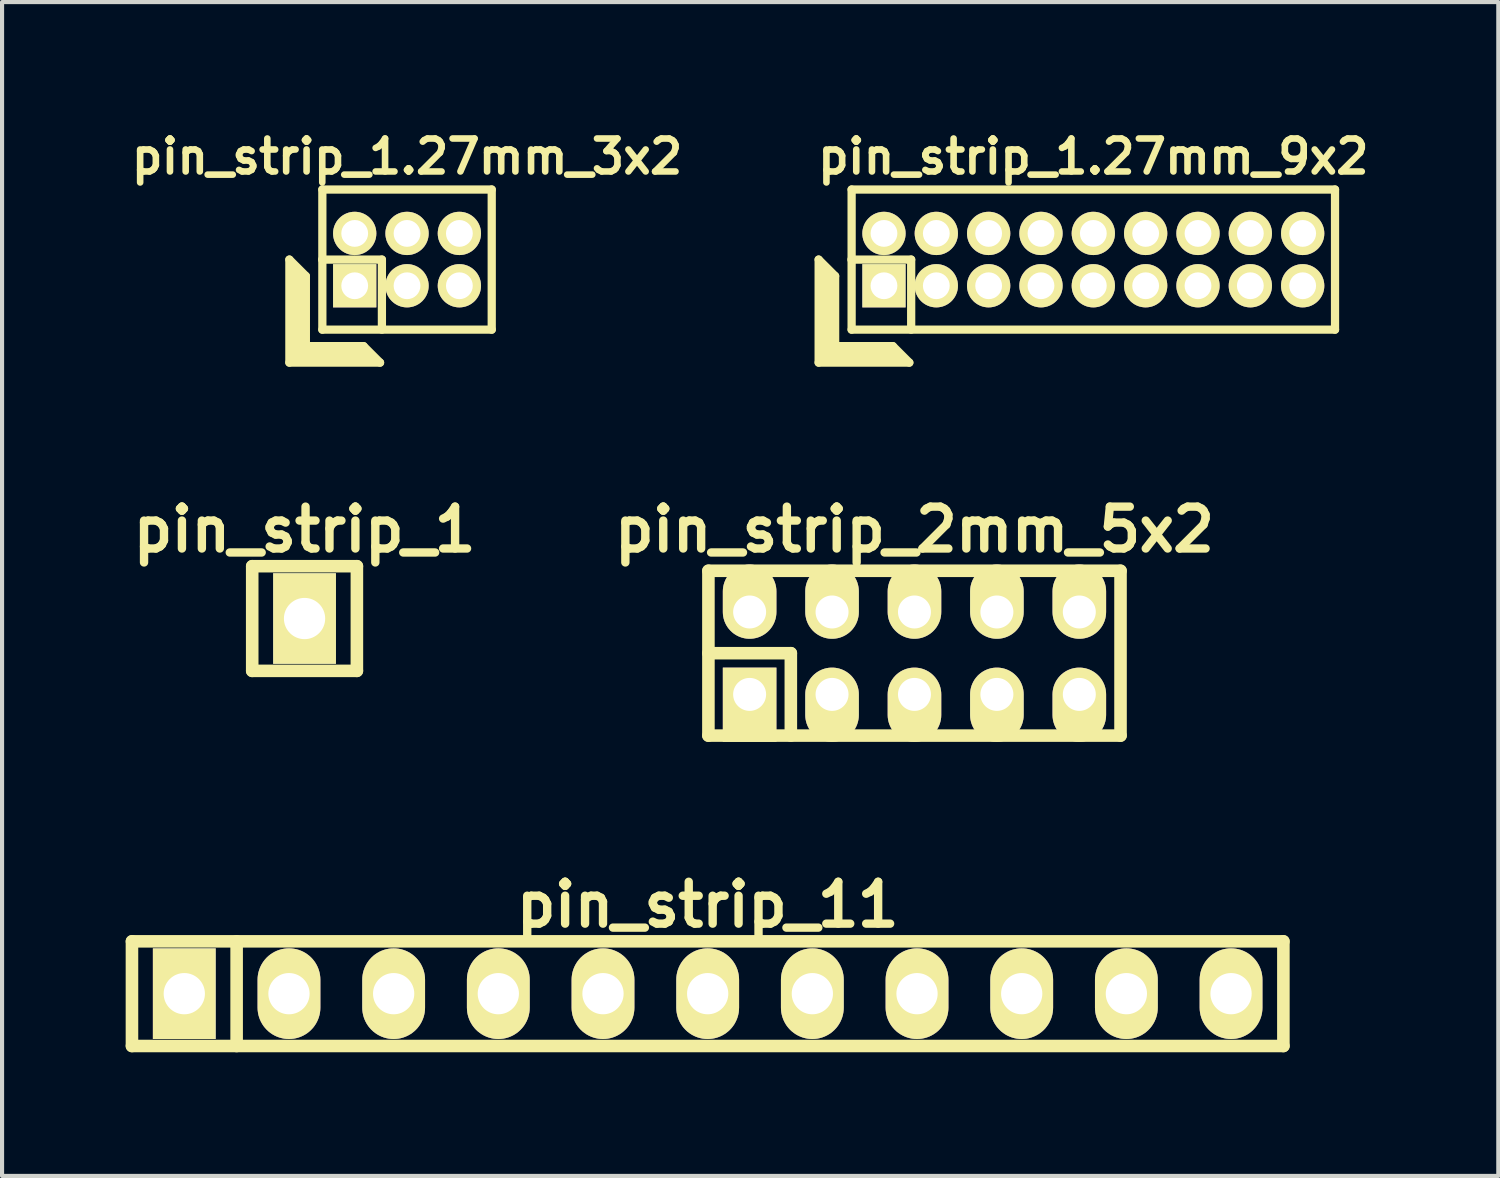
<source format=kicad_pcb>
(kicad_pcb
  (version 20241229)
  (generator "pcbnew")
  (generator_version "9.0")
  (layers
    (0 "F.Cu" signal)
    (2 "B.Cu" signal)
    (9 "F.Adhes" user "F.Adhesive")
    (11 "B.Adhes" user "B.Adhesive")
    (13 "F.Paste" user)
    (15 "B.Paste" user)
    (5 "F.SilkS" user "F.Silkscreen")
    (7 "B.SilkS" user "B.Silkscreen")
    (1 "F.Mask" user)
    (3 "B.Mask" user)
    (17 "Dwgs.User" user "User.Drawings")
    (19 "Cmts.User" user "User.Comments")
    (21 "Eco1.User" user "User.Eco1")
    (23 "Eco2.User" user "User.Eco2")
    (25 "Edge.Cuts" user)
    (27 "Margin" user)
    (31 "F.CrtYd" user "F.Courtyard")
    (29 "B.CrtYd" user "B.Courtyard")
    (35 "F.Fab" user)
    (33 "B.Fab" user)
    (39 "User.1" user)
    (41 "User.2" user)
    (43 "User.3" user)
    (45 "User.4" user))
  (footprint "pin_strip_11"
    (layer "F.Cu")
    (at 14.122 21.062)
    (property "Reference" "pin_strip_11" (at 0 -2.159 0) (layer "F.SilkS") (effects (font (size 1.016 1.016) (thickness 0.203))))
    (attr through_hole)
    (fp_line (start -13.97 -1.27) (end 13.97 -1.27) (stroke (width 0.305) (type solid)) (layer "F.SilkS"))
    (fp_line (start -13.97 1.27) (end -13.97 -1.27) (stroke (width 0.305) (type solid)) (layer "F.SilkS"))
    (fp_line (start -11.43 -1.27) (end -11.43 1.27) (stroke (width 0.305) (type solid)) (layer "F.SilkS"))
    (fp_line (start 13.97 -1.27) (end 13.97 1.27) (stroke (width 0.305) (type solid)) (layer "F.SilkS"))
    (fp_line (start 13.97 1.27) (end -13.97 1.27) (stroke (width 0.305) (type solid)) (layer "F.SilkS"))
    (pad "1" thru_hole rect (at -12.7 0) (size 1.524 2.2) (drill 1.001) (layers "*.Cu" "*.Mask" "F.SilkS"))
    (pad "2" thru_hole oval (at -10.16 0) (size 1.524 2.2) (drill 1.001) (layers "*.Cu" "*.Mask" "F.SilkS"))
    (pad "3" thru_hole oval (at -7.62 0) (size 1.524 2.2) (drill 1.001) (layers "*.Cu" "*.Mask" "F.SilkS"))
    (pad "4" thru_hole oval (at -5.08 0) (size 1.524 2.2) (drill 1.001) (layers "*.Cu" "*.Mask" "F.SilkS"))
    (pad "5" thru_hole oval (at -2.54 0) (size 1.524 2.2) (drill 1.001) (layers "*.Cu" "*.Mask" "F.SilkS"))
    (pad "6" thru_hole oval (at 0 0) (size 1.524 2.2) (drill 1.001) (layers "*.Cu" "*.Mask" "F.SilkS"))
    (pad "7" thru_hole oval (at 2.54 0) (size 1.524 2.2) (drill 1.001) (layers "*.Cu" "*.Mask" "F.SilkS"))
    (pad "8" thru_hole oval (at 5.08 0) (size 1.524 2.2) (drill 1.001) (layers "*.Cu" "*.Mask" "F.SilkS"))
    (pad "9" thru_hole oval (at 7.62 0) (size 1.524 2.2) (drill 1.001) (layers "*.Cu" "*.Mask" "F.SilkS"))
    (pad "10" thru_hole oval (at 10.16 0) (size 1.524 2.2) (drill 1.001) (layers "*.Cu" "*.Mask" "F.SilkS"))
    (pad "11" thru_hole oval (at 12.7 0) (size 1.524 2.2) (drill 1.001) (layers "*.Cu" "*.Mask" "F.SilkS")))
  (footprint "pin_strip_2mm_5x2"
    (layer "F.Cu")
    (at 19.14 12.8)
    (property "Reference" "pin_strip_2mm_5x2" (at 0 -3 0) (layer "F.SilkS") (effects (font (size 1.016 1.016) (thickness 0.203))))
    (attr through_hole)
    (fp_line (start -5 -2) (end 5 -2) (stroke (width 0.305) (type solid)) (layer "F.SilkS"))
    (fp_line (start -5 0) (end -3 0) (stroke (width 0.305) (type solid)) (layer "F.SilkS"))
    (fp_line (start -5 2) (end -5 -2) (stroke (width 0.305) (type solid)) (layer "F.SilkS"))
    (fp_line (start -3 0) (end -3 2) (stroke (width 0.305) (type solid)) (layer "F.SilkS"))
    (fp_line (start 5 -2) (end 5 2) (stroke (width 0.305) (type solid)) (layer "F.SilkS"))
    (fp_line (start 5 2) (end -5 2) (stroke (width 0.305) (type solid)) (layer "F.SilkS"))
    (pad "1" thru_hole rect (at -4 1) (size 1.3 1.8) (drill 0.8 (offset 0 0.25)) (layers "*.Cu" "*.Mask" "F.SilkS"))
    (pad "2" thru_hole oval (at -4 -1) (size 1.3 1.8) (drill 0.8 (offset 0 -0.25)) (layers "*.Cu" "*.Mask" "F.SilkS"))
    (pad "3" thru_hole oval (at -2 1) (size 1.3 1.8) (drill 0.8 (offset 0 0.25)) (layers "*.Cu" "*.Mask" "F.SilkS"))
    (pad "4" thru_hole oval (at -2 -1) (size 1.3 1.8) (drill 0.8 (offset 0 -0.25)) (layers "*.Cu" "*.Mask" "F.SilkS"))
    (pad "5" thru_hole oval (at 0 1) (size 1.3 1.8) (drill 0.8 (offset 0 0.25)) (layers "*.Cu" "*.Mask" "F.SilkS"))
    (pad "6" thru_hole oval (at 0 -1) (size 1.3 1.8) (drill 0.8 (offset 0 -0.25)) (layers "*.Cu" "*.Mask" "F.SilkS"))
    (pad "7" thru_hole oval (at 2 1) (size 1.3 1.8) (drill 0.8 (offset 0 0.25)) (layers "*.Cu" "*.Mask" "F.SilkS"))
    (pad "8" thru_hole oval (at 2 -1) (size 1.3 1.8) (drill 0.8 (offset 0 -0.25)) (layers "*.Cu" "*.Mask" "F.SilkS"))
    (pad "9" thru_hole oval (at 4 1) (size 1.3 1.8) (drill 0.8 (offset 0 0.25)) (layers "*.Cu" "*.Mask" "F.SilkS"))
    (pad "10" thru_hole oval (at 4 -1) (size 1.3 1.8) (drill 0.8 (offset 0 -0.25)) (layers "*.Cu" "*.Mask" "F.SilkS")))
  (footprint "pin_strip_1.27mm_3x2"
    (layer "F.Cu")
    (at 6.827 3.249)
    (property "Reference" "pin_strip_1.27mm_3x2" (at 0 -2.5 0) (layer "F.SilkS") (effects (font (size 0.8 0.8) (thickness 0.16))))
    (attr through_hole)
    (fp_line (start -2.855 0) (end -2.855 2.5) (stroke (width 0.2) (type solid)) (layer "F.SilkS"))
    (fp_line (start -2.855 0) (end -2.455 0.4) (stroke (width 0.2) (type solid)) (layer "F.SilkS"))
    (fp_line (start -2.855 2.5) (end -0.655 2.5) (stroke (width 0.2) (type solid)) (layer "F.SilkS"))
    (fp_line (start -2.755 2.4) (end -2.755 0.2) (stroke (width 0.2) (type solid)) (layer "F.SilkS"))
    (fp_line (start -2.755 2.4) (end -0.855 2.4) (stroke (width 0.2) (type solid)) (layer "F.SilkS"))
    (fp_line (start -2.655 2.3) (end -2.655 0.3) (stroke (width 0.2) (type solid)) (layer "F.SilkS"))
    (fp_line (start -2.655 2.3) (end -0.955 2.3) (stroke (width 0.2) (type solid)) (layer "F.SilkS"))
    (fp_line (start -2.555 2.2) (end -2.555 0.4) (stroke (width 0.2) (type solid)) (layer "F.SilkS"))
    (fp_line (start -2.555 2.2) (end -1.055 2.2) (stroke (width 0.2) (type solid)) (layer "F.SilkS"))
    (fp_line (start -2.455 2.1) (end -2.455 0.4) (stroke (width 0.2) (type solid)) (layer "F.SilkS"))
    (fp_line (start -2.455 2.1) (end -1.055 2.1) (stroke (width 0.2) (type solid)) (layer "F.SilkS"))
    (fp_line (start -2.06 0) (end -0.61 0) (stroke (width 0.2) (type solid)) (layer "F.SilkS"))
    (fp_line (start -2.055 -1.7) (end 2.055 -1.7) (stroke (width 0.2) (type solid)) (layer "F.SilkS"))
    (fp_line (start -2.055 1.7) (end -2.055 -1.7) (stroke (width 0.2) (type solid)) (layer "F.SilkS"))
    (fp_line (start -1.055 2.1) (end -0.655 2.5) (stroke (width 0.2) (type solid)) (layer "F.SilkS"))
    (fp_line (start -0.61 0) (end -0.61 1.7) (stroke (width 0.2) (type solid)) (layer "F.SilkS"))
    (fp_line (start 2.055 -1.7) (end 2.055 1.7) (stroke (width 0.2) (type solid)) (layer "F.SilkS"))
    (fp_line (start 2.055 1.7) (end -2.055 1.7) (stroke (width 0.2) (type solid)) (layer "F.SilkS"))
    (pad "1" thru_hole rect (at -1.27 0.635) (size 1.05 1.05) (drill 0.65) (layers "*.Cu" "*.Mask" "F.SilkS"))
    (pad "2" thru_hole oval (at -1.27 -0.635) (size 1.05 1.05) (drill 0.65) (layers "*.Cu" "*.Mask" "F.SilkS"))
    (pad "3" thru_hole oval (at 0 0.635) (size 1.05 1.05) (drill 0.65) (layers "*.Cu" "*.Mask" "F.SilkS"))
    (pad "4" thru_hole oval (at 0 -0.635) (size 1.05 1.05) (drill 0.65) (layers "*.Cu" "*.Mask" "F.SilkS"))
    (pad "5" thru_hole oval (at 1.27 0.635) (size 1.05 1.05) (drill 0.65) (layers "*.Cu" "*.Mask" "F.SilkS"))
    (pad "6" thru_hole oval (at 1.27 -0.635) (size 1.05 1.05) (drill 0.65) (layers "*.Cu" "*.Mask" "F.SilkS")))
  (footprint "pin_strip_1.27mm_9x2"
    (layer "F.Cu")
    (at 23.48 3.249)
    (property "Reference" "pin_strip_1.27mm_9x2" (at 0 -2.5 0) (layer "F.SilkS") (effects (font (size 0.8 0.8) (thickness 0.16))))
    (attr through_hole)
    (fp_line (start -6.665 0) (end -6.665 2.5) (stroke (width 0.2) (type solid)) (layer "F.SilkS"))
    (fp_line (start -6.665 0) (end -6.265 0.4) (stroke (width 0.2) (type solid)) (layer "F.SilkS"))
    (fp_line (start -6.665 2.5) (end -4.465 2.5) (stroke (width 0.2) (type solid)) (layer "F.SilkS"))
    (fp_line (start -6.565 2.4) (end -6.565 0.2) (stroke (width 0.2) (type solid)) (layer "F.SilkS"))
    (fp_line (start -6.565 2.4) (end -4.665 2.4) (stroke (width 0.2) (type solid)) (layer "F.SilkS"))
    (fp_line (start -6.465 2.3) (end -6.465 0.3) (stroke (width 0.2) (type solid)) (layer "F.SilkS"))
    (fp_line (start -6.465 2.3) (end -4.765 2.3) (stroke (width 0.2) (type solid)) (layer "F.SilkS"))
    (fp_line (start -6.365 2.2) (end -6.365 0.4) (stroke (width 0.2) (type solid)) (layer "F.SilkS"))
    (fp_line (start -6.365 2.2) (end -4.865 2.2) (stroke (width 0.2) (type solid)) (layer "F.SilkS"))
    (fp_line (start -6.265 2.1) (end -6.265 0.4) (stroke (width 0.2) (type solid)) (layer "F.SilkS"))
    (fp_line (start -6.265 2.1) (end -4.865 2.1) (stroke (width 0.2) (type solid)) (layer "F.SilkS"))
    (fp_line (start -5.87 0) (end -4.42 0) (stroke (width 0.2) (type solid)) (layer "F.SilkS"))
    (fp_line (start -5.865 -1.7) (end 5.865 -1.7) (stroke (width 0.2) (type solid)) (layer "F.SilkS"))
    (fp_line (start -5.865 1.7) (end -5.865 -1.7) (stroke (width 0.2) (type solid)) (layer "F.SilkS"))
    (fp_line (start -4.865 2.1) (end -4.465 2.5) (stroke (width 0.2) (type solid)) (layer "F.SilkS"))
    (fp_line (start -4.42 0) (end -4.42 1.7) (stroke (width 0.2) (type solid)) (layer "F.SilkS"))
    (fp_line (start 5.865 -1.7) (end 5.865 1.7) (stroke (width 0.2) (type solid)) (layer "F.SilkS"))
    (fp_line (start 5.865 1.7) (end -5.865 1.7) (stroke (width 0.2) (type solid)) (layer "F.SilkS"))
    (pad "1" thru_hole rect (at -5.08 0.635) (size 1.05 1.05) (drill 0.65) (layers "*.Cu" "*.Mask" "F.SilkS"))
    (pad "2" thru_hole oval (at -5.08 -0.635) (size 1.05 1.05) (drill 0.65) (layers "*.Cu" "*.Mask" "F.SilkS"))
    (pad "3" thru_hole oval (at -3.81 0.635) (size 1.05 1.05) (drill 0.65) (layers "*.Cu" "*.Mask" "F.SilkS"))
    (pad "4" thru_hole oval (at -3.81 -0.635) (size 1.05 1.05) (drill 0.65) (layers "*.Cu" "*.Mask" "F.SilkS"))
    (pad "5" thru_hole oval (at -2.54 0.635) (size 1.05 1.05) (drill 0.65) (layers "*.Cu" "*.Mask" "F.SilkS"))
    (pad "6" thru_hole oval (at -2.54 -0.635) (size 1.05 1.05) (drill 0.65) (layers "*.Cu" "*.Mask" "F.SilkS"))
    (pad "7" thru_hole oval (at -1.27 0.635) (size 1.05 1.05) (drill 0.65) (layers "*.Cu" "*.Mask" "F.SilkS"))
    (pad "8" thru_hole oval (at -1.27 -0.635) (size 1.05 1.05) (drill 0.65) (layers "*.Cu" "*.Mask" "F.SilkS"))
    (pad "9" thru_hole oval (at 0 0.635) (size 1.05 1.05) (drill 0.65) (layers "*.Cu" "*.Mask" "F.SilkS"))
    (pad "10" thru_hole oval (at 0 -0.635) (size 1.05 1.05) (drill 0.65) (layers "*.Cu" "*.Mask" "F.SilkS"))
    (pad "11" thru_hole oval (at 1.27 0.635) (size 1.05 1.05) (drill 0.65) (layers "*.Cu" "*.Mask" "F.SilkS"))
    (pad "12" thru_hole oval (at 1.27 -0.635) (size 1.05 1.05) (drill 0.65) (layers "*.Cu" "*.Mask" "F.SilkS"))
    (pad "13" thru_hole oval (at 2.54 0.635) (size 1.05 1.05) (drill 0.65) (layers "*.Cu" "*.Mask" "F.SilkS"))
    (pad "14" thru_hole oval (at 2.54 -0.635) (size 1.05 1.05) (drill 0.65) (layers "*.Cu" "*.Mask" "F.SilkS"))
    (pad "15" thru_hole oval (at 3.81 0.635) (size 1.05 1.05) (drill 0.65) (layers "*.Cu" "*.Mask" "F.SilkS"))
    (pad "16" thru_hole oval (at 3.81 -0.635) (size 1.05 1.05) (drill 0.65) (layers "*.Cu" "*.Mask" "F.SilkS"))
    (pad "17" thru_hole oval (at 5.08 0.635) (size 1.05 1.05) (drill 0.65) (layers "*.Cu" "*.Mask" "F.SilkS"))
    (pad "18" thru_hole oval (at 5.08 -0.635) (size 1.05 1.05) (drill 0.65) (layers "*.Cu" "*.Mask" "F.SilkS")))
  (footprint "pin_strip_1"
    (layer "F.Cu")
    (at 4.34 11.959)
    (property "Reference" "pin_strip_1" (at 0 -2.159 0) (layer "F.SilkS") (effects (font (size 1.016 1.016) (thickness 0.203))))
    (attr through_hole)
    (fp_line (start -1.27 -1.27) (end 1.27 -1.27) (stroke (width 0.305) (type solid)) (layer "F.SilkS"))
    (fp_line (start -1.27 1.27) (end -1.27 -1.27) (stroke (width 0.305) (type solid)) (layer "F.SilkS"))
    (fp_line (start 1.27 -1.27) (end 1.27 1.27) (stroke (width 0.305) (type solid)) (layer "F.SilkS"))
    (fp_line (start 1.27 1.27) (end -1.27 1.27) (stroke (width 0.305) (type solid)) (layer "F.SilkS"))
    (pad "1" thru_hole rect (at 0 0) (size 1.524 2.2) (drill 1.001) (layers "*.Cu" "*.Mask" "F.SilkS")))
  (gr_rect
    (start -3 -3)
    (end 33.307 25.485)
    (stroke (width 0.1) (type default))
    (fill no)
    (layer "Edge.Cuts")))
</source>
